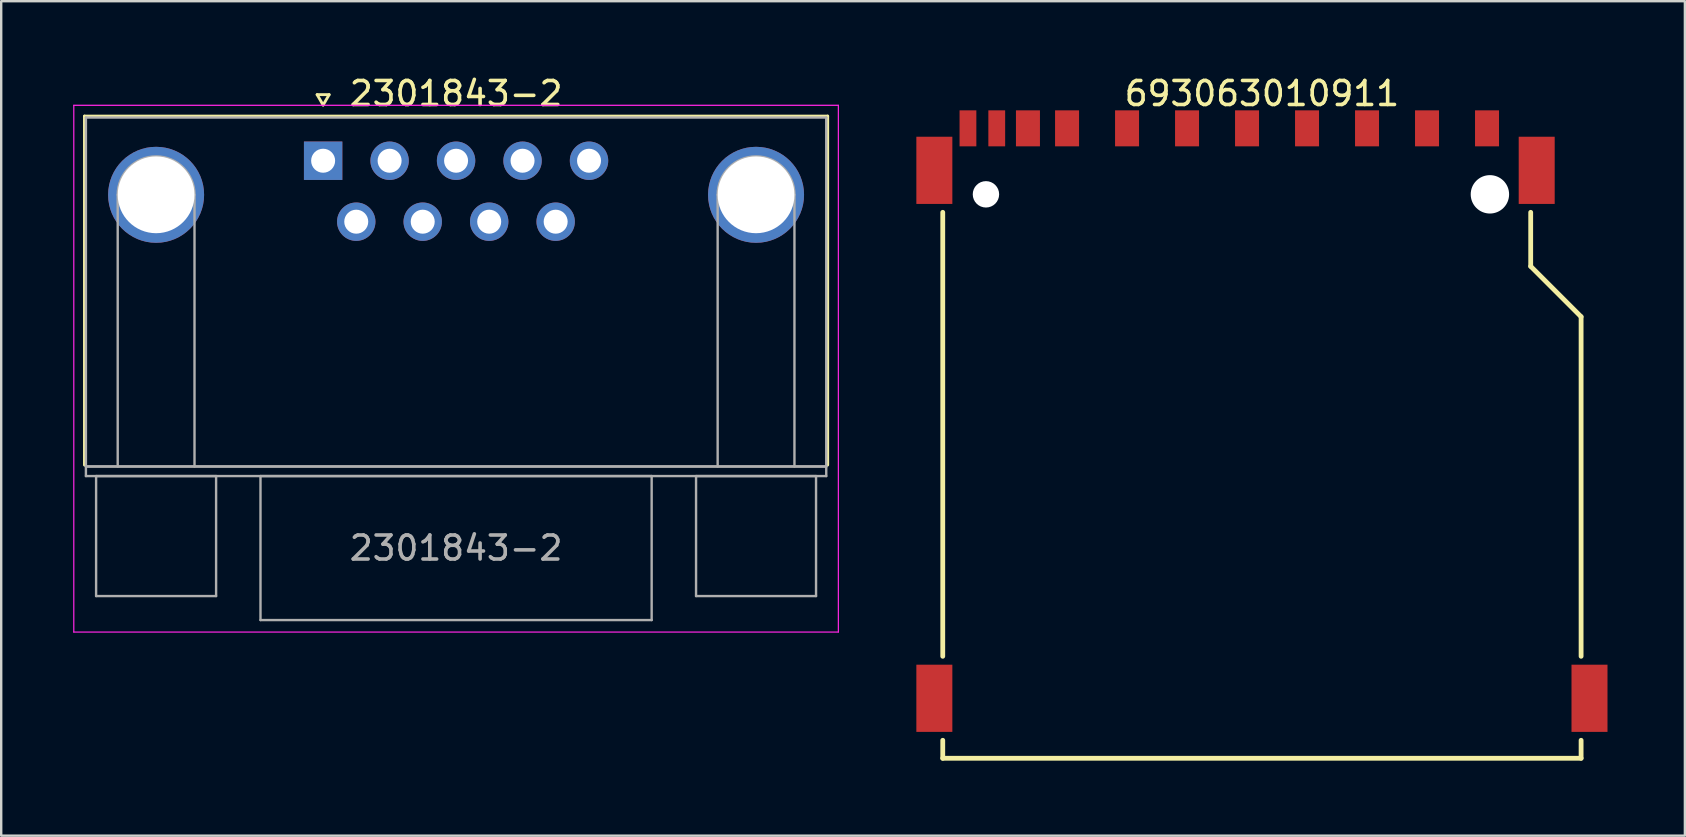
<source format=kicad_pcb>
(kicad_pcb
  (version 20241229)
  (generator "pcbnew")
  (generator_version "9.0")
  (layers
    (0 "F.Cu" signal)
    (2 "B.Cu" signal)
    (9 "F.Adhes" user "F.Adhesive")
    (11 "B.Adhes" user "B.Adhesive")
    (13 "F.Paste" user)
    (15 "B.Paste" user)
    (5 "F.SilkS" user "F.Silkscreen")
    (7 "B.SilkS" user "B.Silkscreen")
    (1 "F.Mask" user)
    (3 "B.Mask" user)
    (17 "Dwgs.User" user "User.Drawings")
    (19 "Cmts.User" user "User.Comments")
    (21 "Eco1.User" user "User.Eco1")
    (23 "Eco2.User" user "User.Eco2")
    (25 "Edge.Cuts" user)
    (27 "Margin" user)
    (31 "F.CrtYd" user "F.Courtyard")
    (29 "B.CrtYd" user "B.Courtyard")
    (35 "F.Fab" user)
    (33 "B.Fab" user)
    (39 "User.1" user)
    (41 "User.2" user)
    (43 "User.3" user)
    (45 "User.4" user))
  (footprint "693063010911"
    (layer "F.Cu")
    (at 49.535 15.598)
    (property "Reference" "693063010911" (at 0 -14.75 0) (layer "F.SilkS") (effects (font (size 1 1) (thickness 0.15))))
    (fp_line (start -13.3 8.7) (end -13.3 -9.8) (stroke (width 0.2) (type solid)) (layer "F.SilkS"))
    (fp_line (start -13.3 12.95) (end -13.3 12.2) (stroke (width 0.2) (type solid)) (layer "F.SilkS"))
    (fp_line (start -13.3 12.95) (end 13.3 12.95) (stroke (width 0.2) (type solid)) (layer "F.SilkS"))
    (fp_line (start 11.2 -7.55) (end 11.2 -9.8) (stroke (width 0.2) (type solid)) (layer "F.SilkS"))
    (fp_line (start 11.2 -7.55) (end 13.3 -5.45) (stroke (width 0.2) (type solid)) (layer "F.SilkS"))
    (fp_line (start 13.3 8.7) (end 13.3 -5.45) (stroke (width 0.2) (type solid)) (layer "F.SilkS"))
    (fp_line (start 13.3 12.95) (end 13.3 12.2) (stroke (width 0.2) (type solid)) (layer "F.SilkS"))
    (fp_line (start -14.6 -14.25) (end 14.6 -14.25) (stroke (width 0.05) (type solid)) (layer "Eco2.User"))
    (fp_line (start -14.6 13.15) (end -14.6 -14.25) (stroke (width 0.05) (type solid)) (layer "Eco2.User"))
    (fp_line (start -14.6 13.15) (end 14.6 13.15) (stroke (width 0.05) (type solid)) (layer "Eco2.User"))
    (fp_line (start -14 -12.55) (end -13.3 -12.55) (stroke (width 0.1) (type solid)) (layer "Eco2.User"))
    (fp_line (start -14 -10.55) (end -14 -12.55) (stroke (width 0.1) (type solid)) (layer "Eco2.User"))
    (fp_line (start -14 -10.55) (end -13.3 -10.55) (stroke (width 0.1) (type solid)) (layer "Eco2.User"))
    (fp_line (start -14 9.45) (end -13.3 9.45) (stroke (width 0.1) (type solid)) (layer "Eco2.User"))
    (fp_line (start -14 11.45) (end -14 9.45) (stroke (width 0.1) (type solid)) (layer "Eco2.User"))
    (fp_line (start -14 11.45) (end -13.3 11.45) (stroke (width 0.1) (type solid)) (layer "Eco2.User"))
    (fp_line (start -13.3 -12.55) (end 11.2 -12.55) (stroke (width 0.1) (type solid)) (layer "Eco2.User"))
    (fp_line (start -13.3 12.95) (end -13.3 -12.55) (stroke (width 0.1) (type solid)) (layer "Eco2.User"))
    (fp_line (start -13.3 12.95) (end 13.3 12.95) (stroke (width 0.1) (type solid)) (layer "Eco2.User"))
    (fp_line (start -12.525 -13.85) (end -11.975 -13.85) (stroke (width 0.1) (type solid)) (layer "Eco2.User"))
    (fp_line (start -12.525 -12.55) (end -12.525 -13.85) (stroke (width 0.1) (type solid)) (layer "Eco2.User"))
    (fp_line (start -11.975 -12.55) (end -11.975 -13.85) (stroke (width 0.1) (type solid)) (layer "Eco2.User"))
    (fp_line (start -11.325 -13.85) (end -10.775 -13.85) (stroke (width 0.1) (type solid)) (layer "Eco2.User"))
    (fp_line (start -11.325 -12.55) (end -11.325 -13.85) (stroke (width 0.1) (type solid)) (layer "Eco2.User"))
    (fp_line (start -10.775 -12.55) (end -10.775 -13.85) (stroke (width 0.1) (type solid)) (layer "Eco2.User"))
    (fp_line (start -10.025 -13.85) (end -9.475 -13.85) (stroke (width 0.1) (type solid)) (layer "Eco2.User"))
    (fp_line (start -10.025 -12.55) (end -10.025 -13.85) (stroke (width 0.1) (type solid)) (layer "Eco2.User"))
    (fp_line (start -9.475 -12.55) (end -9.475 -13.85) (stroke (width 0.1) (type solid)) (layer "Eco2.User"))
    (fp_line (start -8.395 -13.85) (end -7.845 -13.85) (stroke (width 0.1) (type solid)) (layer "Eco2.User"))
    (fp_line (start -8.395 -12.55) (end -8.395 -13.85) (stroke (width 0.1) (type solid)) (layer "Eco2.User"))
    (fp_line (start -7.845 -12.55) (end -7.845 -13.85) (stroke (width 0.1) (type solid)) (layer "Eco2.User"))
    (fp_line (start -5.895 -13.85) (end -5.345 -13.85) (stroke (width 0.1) (type solid)) (layer "Eco2.User"))
    (fp_line (start -5.895 -12.55) (end -5.895 -13.85) (stroke (width 0.1) (type solid)) (layer "Eco2.User"))
    (fp_line (start -5.345 -12.55) (end -5.345 -13.85) (stroke (width 0.1) (type solid)) (layer "Eco2.User"))
    (fp_line (start -3.395 -13.85) (end -2.845 -13.85) (stroke (width 0.1) (type solid)) (layer "Eco2.User"))
    (fp_line (start -3.395 -12.55) (end -3.395 -13.85) (stroke (width 0.1) (type solid)) (layer "Eco2.User"))
    (fp_line (start -2.845 -12.55) (end -2.845 -13.85) (stroke (width 0.1) (type solid)) (layer "Eco2.User"))
    (fp_line (start -0.895 -13.85) (end -0.345 -13.85) (stroke (width 0.1) (type solid)) (layer "Eco2.User"))
    (fp_line (start -0.895 -12.55) (end -0.895 -13.85) (stroke (width 0.1) (type solid)) (layer "Eco2.User"))
    (fp_line (start -0.5 0) (end 0.5 0) (stroke (width 0.05) (type solid)) (layer "Eco2.User"))
    (fp_line (start -0.345 -12.55) (end -0.345 -13.85) (stroke (width 0.1) (type solid)) (layer "Eco2.User"))
    (fp_line (start 0 0.5) (end 0 -0.5) (stroke (width 0.05) (type solid)) (layer "Eco2.User"))
    (fp_line (start 1.605 -13.85) (end 2.155 -13.85) (stroke (width 0.1) (type solid)) (layer "Eco2.User"))
    (fp_line (start 1.605 -12.55) (end 1.605 -13.85) (stroke (width 0.1) (type solid)) (layer "Eco2.User"))
    (fp_line (start 2.155 -12.55) (end 2.155 -13.85) (stroke (width 0.1) (type solid)) (layer "Eco2.User"))
    (fp_line (start 4.105 -13.85) (end 4.655 -13.85) (stroke (width 0.1) (type solid)) (layer "Eco2.User"))
    (fp_line (start 4.105 -12.55) (end 4.105 -13.85) (stroke (width 0.1) (type solid)) (layer "Eco2.User"))
    (fp_line (start 4.655 -12.55) (end 4.655 -13.85) (stroke (width 0.1) (type solid)) (layer "Eco2.User"))
    (fp_line (start 6.605 -13.85) (end 7.155 -13.85) (stroke (width 0.1) (type solid)) (layer "Eco2.User"))
    (fp_line (start 6.605 -12.55) (end 6.605 -13.85) (stroke (width 0.1) (type solid)) (layer "Eco2.User"))
    (fp_line (start 7.155 -12.55) (end 7.155 -13.85) (stroke (width 0.1) (type solid)) (layer "Eco2.User"))
    (fp_line (start 9.105 -13.85) (end 9.655 -13.85) (stroke (width 0.1) (type solid)) (layer "Eco2.User"))
    (fp_line (start 9.105 -12.55) (end 9.105 -13.85) (stroke (width 0.1) (type solid)) (layer "Eco2.User"))
    (fp_line (start 9.655 -12.55) (end 9.655 -13.85) (stroke (width 0.1) (type solid)) (layer "Eco2.User"))
    (fp_line (start 11.2 -12.55) (end 11.9 -12.55) (stroke (width 0.1) (type solid)) (layer "Eco2.User"))
    (fp_line (start 11.2 -10.55) (end 11.9 -10.55) (stroke (width 0.1) (type solid)) (layer "Eco2.User"))
    (fp_line (start 11.2 -7.55) (end 11.2 -12.55) (stroke (width 0.1) (type solid)) (layer "Eco2.User"))
    (fp_line (start 11.2 -7.55) (end 13.3 -5.45) (stroke (width 0.1) (type solid)) (layer "Eco2.User"))
    (fp_line (start 11.9 -10.55) (end 11.9 -12.55) (stroke (width 0.1) (type solid)) (layer "Eco2.User"))
    (fp_line (start 13.3 9.45) (end 14 9.45) (stroke (width 0.1) (type solid)) (layer "Eco2.User"))
    (fp_line (start 13.3 11.45) (end 14 11.45) (stroke (width 0.1) (type solid)) (layer "Eco2.User"))
    (fp_line (start 13.3 12.95) (end 13.3 -5.45) (stroke (width 0.1) (type solid)) (layer "Eco2.User"))
    (fp_line (start 14 11.45) (end 14 9.45) (stroke (width 0.1) (type solid)) (layer "Eco2.User"))
    (fp_line (start 14.6 13.15) (end 14.6 -14.25) (stroke (width 0.05) (type solid)) (layer "Eco2.User"))
    (fp_text user "${REFERENCE}" (at 0.15 -0.197 0) (unlocked yes) (layer "User.3") (effects (font (size 1.5 1.5) (thickness 0.15))))
    (pad "" np_thru_hole circle (at -11.5 -10.55) (size 1.1 1.1) (drill 1.1) (layers "*.Cu" "*.Mask"))
    (pad "" np_thru_hole circle (at 9.5 -10.55) (size 1.6 1.6) (drill 1.6) (layers "*.Cu" "*.Mask"))
    (pad "1" smd rect (at 6.88 -13.3) (size 1 1.5) (layers "F.Cu" "F.Mask" "F.Paste"))
    (pad "2" smd rect (at 4.38 -13.3) (size 1 1.5) (layers "F.Cu" "F.Mask" "F.Paste"))
    (pad "3" smd rect (at 1.88 -13.3) (size 1 1.5) (layers "F.Cu" "F.Mask" "F.Paste"))
    (pad "4" smd rect (at -0.62 -13.3) (size 1 1.5) (layers "F.Cu" "F.Mask" "F.Paste"))
    (pad "5" smd rect (at -3.12 -13.3) (size 1 1.5) (layers "F.Cu" "F.Mask" "F.Paste"))
    (pad "6" smd rect (at -5.62 -13.3) (size 1 1.5) (layers "F.Cu" "F.Mask" "F.Paste"))
    (pad "7" smd rect (at -8.12 -13.3) (size 1 1.5) (layers "F.Cu" "F.Mask" "F.Paste"))
    (pad "8" smd rect (at -9.75 -13.3) (size 1 1.5) (layers "F.Cu" "F.Mask" "F.Paste"))
    (pad "9" smd rect (at 9.38 -13.3) (size 1 1.5) (layers "F.Cu" "F.Mask" "F.Paste"))
    (pad "10" smd rect (at -11.05 -13.3) (size 0.7 1.5) (layers "F.Cu" "F.Mask" "F.Paste"))
    (pad "11" smd rect (at -12.25 -13.3) (size 0.7 1.5) (layers "F.Cu" "F.Mask" "F.Paste"))
    (pad "12" smd rect (at -13.65 -11.55) (size 1.5 2.8) (layers "F.Cu" "F.Mask" "F.Paste"))
    (pad "12" smd rect (at -13.65 10.45) (size 1.5 2.8) (layers "F.Cu" "F.Mask" "F.Paste"))
    (pad "12" smd rect (at 11.45 -11.55) (size 1.5 2.8) (layers "F.Cu" "F.Mask" "F.Paste"))
    (pad "12" smd rect (at 13.65 10.45) (size 1.5 2.8) (layers "F.Cu" "F.Mask" "F.Paste"))
    (zone (net_name "") (layer "F.Cu") (hatch edge 0.5) (connect_pads) (min_thickness 0.25) (filled_areas_thickness no) (keepout (tracks not_allowed) (vias not_allowed) (pads not_allowed) (copperpour not_allowed) (footprints allowed)) (placement (enabled no)) (fill) (polygon (pts (xy 39.185 9.748) (xy 40.385 9.748) (xy 40.385 11.248) (xy 39.185 11.248))))
    (zone (net_name "") (layer "F.Cu") (hatch edge 0.5) (connect_pads) (min_thickness 0.25) (filled_areas_thickness no) (keepout (tracks not_allowed) (vias not_allowed) (pads not_allowed) (copperpour not_allowed) (footprints allowed)) (placement (enabled no)) (fill) (polygon (pts (xy 40.885 9.748) (xy 42.085 9.748) (xy 42.085 11.248) (xy 40.885 11.248))))
    (zone (net_name "") (layer "F.Cu") (hatch edge 0.5) (connect_pads) (min_thickness 0.25) (filled_areas_thickness no) (keepout (tracks not_allowed) (vias not_allowed) (pads not_allowed) (copperpour not_allowed) (footprints allowed)) (placement (enabled no)) (fill) (polygon (pts (xy 43.31 9.748) (xy 44.51 9.748) (xy 44.51 11.248) (xy 43.31 11.248))))
    (zone (net_name "") (layer "F.Cu") (hatch edge 0.5) (connect_pads) (min_thickness 0.25) (filled_areas_thickness no) (keepout (tracks not_allowed) (vias not_allowed) (pads not_allowed) (copperpour not_allowed) (footprints allowed)) (placement (enabled no)) (fill) (polygon (pts (xy 45.81 9.748) (xy 47.01 9.748) (xy 47.01 11.248) (xy 45.81 11.248))))
    (zone (net_name "") (layer "F.Cu") (hatch edge 0.5) (connect_pads) (min_thickness 0.25) (filled_areas_thickness no) (keepout (tracks not_allowed) (vias not_allowed) (pads not_allowed) (copperpour not_allowed) (footprints allowed)) (placement (enabled no)) (fill) (polygon (pts (xy 48.31 10.748) (xy 49.51 10.748) (xy 49.51 12.248) (xy 48.31 12.248))))
    (zone (net_name "") (layer "F.Cu") (hatch edge 0.5) (connect_pads) (min_thickness 0.25) (filled_areas_thickness no) (keepout (tracks not_allowed) (vias not_allowed) (pads not_allowed) (copperpour not_allowed) (footprints allowed)) (placement (enabled no)) (fill) (polygon (pts (xy 50.81 10.748) (xy 52.01 10.748) (xy 52.01 12.248) (xy 50.81 12.248))))
    (zone (net_name "") (layer "F.Cu") (hatch edge 0.5) (connect_pads) (min_thickness 0.25) (filled_areas_thickness no) (keepout (tracks not_allowed) (vias not_allowed) (pads not_allowed) (copperpour not_allowed) (footprints allowed)) (placement (enabled no)) (fill) (polygon (pts (xy 53.31 10.248) (xy 54.51 10.248) (xy 54.51 11.748) (xy 53.31 11.748))))
    (zone (net_name "") (layer "F.Cu") (hatch edge 0.5) (connect_pads) (min_thickness 0.25) (filled_areas_thickness no) (keepout (tracks not_allowed) (vias not_allowed) (pads not_allowed) (copperpour not_allowed) (footprints allowed)) (placement (enabled no)) (fill) (polygon (pts (xy 55.81 9.748) (xy 57.01 9.748) (xy 57.01 11.248) (xy 55.81 11.248))))
    (zone (net_name "") (layer "F.Cu") (hatch edge 0.5) (connect_pads) (min_thickness 0.25) (filled_areas_thickness no) (keepout (tracks not_allowed) (vias not_allowed) (pads not_allowed) (copperpour not_allowed) (footprints allowed)) (placement (enabled no)) (fill) (polygon (pts (xy 58.315 11.548) (xy 59.515 11.548) (xy 59.515 13.048) (xy 58.315 13.048)))))
  (footprint "2301843-2"
    (layer "F.Cu")
    (at 10.415 3.648)
    (property "Reference" "2301843-2" (at 5.54 -2.8 0) (layer "F.SilkS") (effects (font (size 1 1) (thickness 0.15))))
    (attr through_hole)
    (fp_line (start -9.945 -1.86) (end 21.025 -1.86) (stroke (width 0.12) (type solid)) (layer "F.SilkS"))
    (fp_line (start -9.945 12.68) (end -9.945 -1.86) (stroke (width 0.12) (type solid)) (layer "F.SilkS"))
    (fp_line (start -0.25 -2.754) (end 0.25 -2.754) (stroke (width 0.12) (type solid)) (layer "F.SilkS"))
    (fp_line (start 0 -2.321) (end -0.25 -2.754) (stroke (width 0.12) (type solid)) (layer "F.SilkS"))
    (fp_line (start 0.25 -2.754) (end 0 -2.321) (stroke (width 0.12) (type solid)) (layer "F.SilkS"))
    (fp_line (start 21.025 -1.86) (end 21.025 12.68) (stroke (width 0.12) (type solid)) (layer "F.SilkS"))
    (fp_line (start -10.39 -2.31) (end -10.39 19.64) (stroke (width 0.05) (type solid)) (layer "F.CrtYd"))
    (fp_line (start -10.39 19.64) (end 21.47 19.64) (stroke (width 0.05) (type solid)) (layer "F.CrtYd"))
    (fp_line (start 21.47 -2.31) (end -10.39 -2.31) (stroke (width 0.05) (type solid)) (layer "F.CrtYd"))
    (fp_line (start 21.47 19.64) (end 21.47 -2.31) (stroke (width 0.05) (type solid)) (layer "F.CrtYd"))
    (fp_line (start -9.885 -1.8) (end -9.885 12.74) (stroke (width 0.1) (type solid)) (layer "F.Fab"))
    (fp_line (start -9.885 12.74) (end -9.885 13.14) (stroke (width 0.1) (type solid)) (layer "F.Fab"))
    (fp_line (start -9.885 12.74) (end 20.965 12.74) (stroke (width 0.1) (type solid)) (layer "F.Fab"))
    (fp_line (start -9.885 13.14) (end 20.965 13.14) (stroke (width 0.1) (type solid)) (layer "F.Fab"))
    (fp_line (start -9.46 13.14) (end -9.46 18.14) (stroke (width 0.1) (type solid)) (layer "F.Fab"))
    (fp_line (start -9.46 18.14) (end -4.46 18.14) (stroke (width 0.1) (type solid)) (layer "F.Fab"))
    (fp_line (start -8.56 12.74) (end -8.56 1.42) (stroke (width 0.1) (type solid)) (layer "F.Fab"))
    (fp_line (start -5.36 12.74) (end -5.36 1.42) (stroke (width 0.1) (type solid)) (layer "F.Fab"))
    (fp_line (start -4.46 13.14) (end -9.46 13.14) (stroke (width 0.1) (type solid)) (layer "F.Fab"))
    (fp_line (start -4.46 18.14) (end -4.46 13.14) (stroke (width 0.1) (type solid)) (layer "F.Fab"))
    (fp_line (start -2.61 13.14) (end -2.61 19.14) (stroke (width 0.1) (type solid)) (layer "F.Fab"))
    (fp_line (start -2.61 19.14) (end 13.69 19.14) (stroke (width 0.1) (type solid)) (layer "F.Fab"))
    (fp_line (start 13.69 13.14) (end -2.61 13.14) (stroke (width 0.1) (type solid)) (layer "F.Fab"))
    (fp_line (start 13.69 19.14) (end 13.69 13.14) (stroke (width 0.1) (type solid)) (layer "F.Fab"))
    (fp_line (start 15.54 13.14) (end 15.54 18.14) (stroke (width 0.1) (type solid)) (layer "F.Fab"))
    (fp_line (start 15.54 18.14) (end 20.54 18.14) (stroke (width 0.1) (type solid)) (layer "F.Fab"))
    (fp_line (start 16.44 12.74) (end 16.44 1.42) (stroke (width 0.1) (type solid)) (layer "F.Fab"))
    (fp_line (start 19.64 12.74) (end 19.64 1.42) (stroke (width 0.1) (type solid)) (layer "F.Fab"))
    (fp_line (start 20.54 13.14) (end 15.54 13.14) (stroke (width 0.1) (type solid)) (layer "F.Fab"))
    (fp_line (start 20.54 18.14) (end 20.54 13.14) (stroke (width 0.1) (type solid)) (layer "F.Fab"))
    (fp_line (start 20.965 -1.8) (end -9.885 -1.8) (stroke (width 0.1) (type solid)) (layer "F.Fab"))
    (fp_line (start 20.965 12.74) (end -9.885 12.74) (stroke (width 0.1) (type solid)) (layer "F.Fab"))
    (fp_line (start 20.965 12.74) (end 20.965 -1.8) (stroke (width 0.1) (type solid)) (layer "F.Fab"))
    (fp_line (start 20.965 13.14) (end 20.965 12.74) (stroke (width 0.1) (type solid)) (layer "F.Fab"))
    (fp_arc (start -8.56 1.42) (mid -6.96 -0.18) (end -5.36 1.42) (stroke (width 0.1) (type solid)) (layer "F.Fab"))
    (fp_arc (start 16.44 1.42) (mid 18.04 -0.18) (end 19.64 1.42) (stroke (width 0.1) (type solid)) (layer "F.Fab"))
    (fp_text user "${REFERENCE}" (at 5.54 16.14 0) (layer "F.Fab") (effects (font (size 1 1) (thickness 0.15))))
    (pad "0" thru_hole circle (at -6.96 1.42) (size 4 4) (drill 3.2) (layers "*.Cu" "*.Mask"))
    (pad "0" thru_hole circle (at 18.04 1.42) (size 4 4) (drill 3.2) (layers "*.Cu" "*.Mask"))
    (pad "1" thru_hole rect (at 0 0) (size 1.6 1.6) (drill 1) (layers "*.Cu" "*.Mask"))
    (pad "2" thru_hole circle (at 2.77 0) (size 1.6 1.6) (drill 1) (layers "*.Cu" "*.Mask"))
    (pad "3" thru_hole circle (at 5.54 0) (size 1.6 1.6) (drill 1) (layers "*.Cu" "*.Mask"))
    (pad "4" thru_hole circle (at 8.31 0) (size 1.6 1.6) (drill 1) (layers "*.Cu" "*.Mask"))
    (pad "5" thru_hole circle (at 11.08 0) (size 1.6 1.6) (drill 1) (layers "*.Cu" "*.Mask"))
    (pad "6" thru_hole circle (at 1.38 2.54) (size 1.6 1.6) (drill 1) (layers "*.Cu" "*.Mask"))
    (pad "7" thru_hole circle (at 4.15 2.54) (size 1.6 1.6) (drill 1) (layers "*.Cu" "*.Mask"))
    (pad "8" thru_hole circle (at 6.92 2.54) (size 1.6 1.6) (drill 1) (layers "*.Cu" "*.Mask"))
    (pad "9" thru_hole circle (at 9.69 2.54) (size 1.6 1.6) (drill 1) (layers "*.Cu" "*.Mask")))
  (gr_rect
    (start -3 -3)
    (end 67.16 31.773)
    (stroke (width 0.1) (type default))
    (fill no)
    (layer "Edge.Cuts")))
</source>
